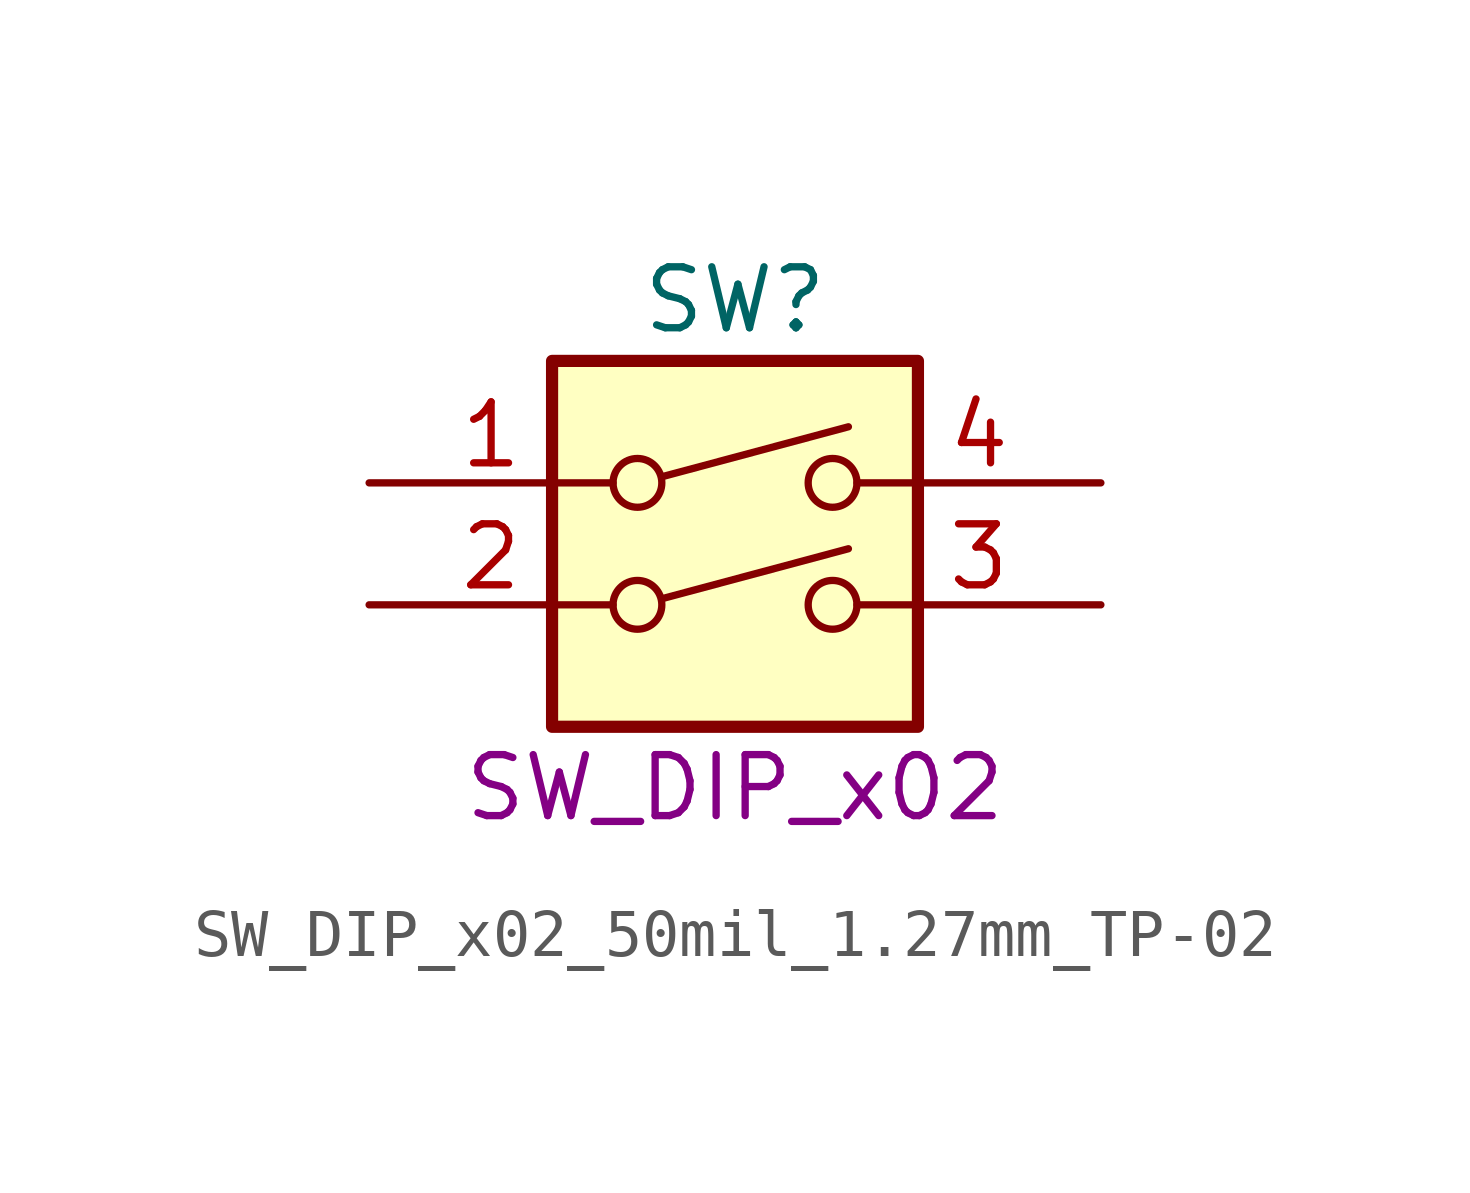
<source format=kicad_sym>
(kicad_symbol_lib
  (version 20220914)
  (generator kicad_symbol_editor)
  (symbol "SW_DIP_x02_50mil_1.27mm_TP-02"
    (pin_names
      (offset 0) hide)
    (property "Reference" "SW"
      (at 0 6.35 0)
      (effects (font (size 1.27 1.27))))
    (property "UserValue" "SW_DIP_x02"
      (at 0 -3.81 0)
      (effects (font (size 1.27 1.27))))
    (symbol "SW_DIP_x02_50mil_1.27mm_TP-02_0_0"
      (circle (center -2.032 0) (radius 0.508) (stroke (width 0) (type default)) (fill (type none)))
      (circle (center -2.032 2.54) (radius 0.508) (stroke (width 0) (type default)) (fill (type none)))
      (polyline (pts (xy -1.524 0.127) (xy 2.362 1.168)) (stroke (width 0) (type default)) (fill (type none)))
      (polyline (pts (xy -1.524 2.667) (xy 2.362 3.708)) (stroke (width 0) (type default)) (fill (type none)))
      (circle (center 2.032 0) (radius 0.508) (stroke (width 0) (type default)) (fill (type none)))
      (circle (center 2.032 2.54) (radius 0.508) (stroke (width 0) (type default)) (fill (type none))))
    (symbol "SW_DIP_x02_50mil_1.27mm_TP-02_0_1"
      (rectangle (start -3.81 5.08) (end 3.81 -2.54) (stroke (width 0.254) (type default)) (fill (type background))))
    (symbol "SW_DIP_x02_50mil_1.27mm_TP-02_1_1"
      (pin passive line (at -7.62 2.54 0) (length 5.08) (name "~" (effects (font (size 1.27 1.27)))) (number "1" (effects (font (size 1.27 1.27)))))
      (pin passive line (at -7.62 0 0) (length 5.08) (name "~" (effects (font (size 1.27 1.27)))) (number "2" (effects (font (size 1.27 1.27)))))
      (pin passive line (at 7.62 0 180) (length 5.08) (name "~" (effects (font (size 1.27 1.27)))) (number "3" (effects (font (size 1.27 1.27)))))
      (pin passive line (at 7.62 2.54 180) (length 5.08) (name "~" (effects (font (size 1.27 1.27)))) (number "4" (effects (font (size 1.27 1.27))))))))
</source>
